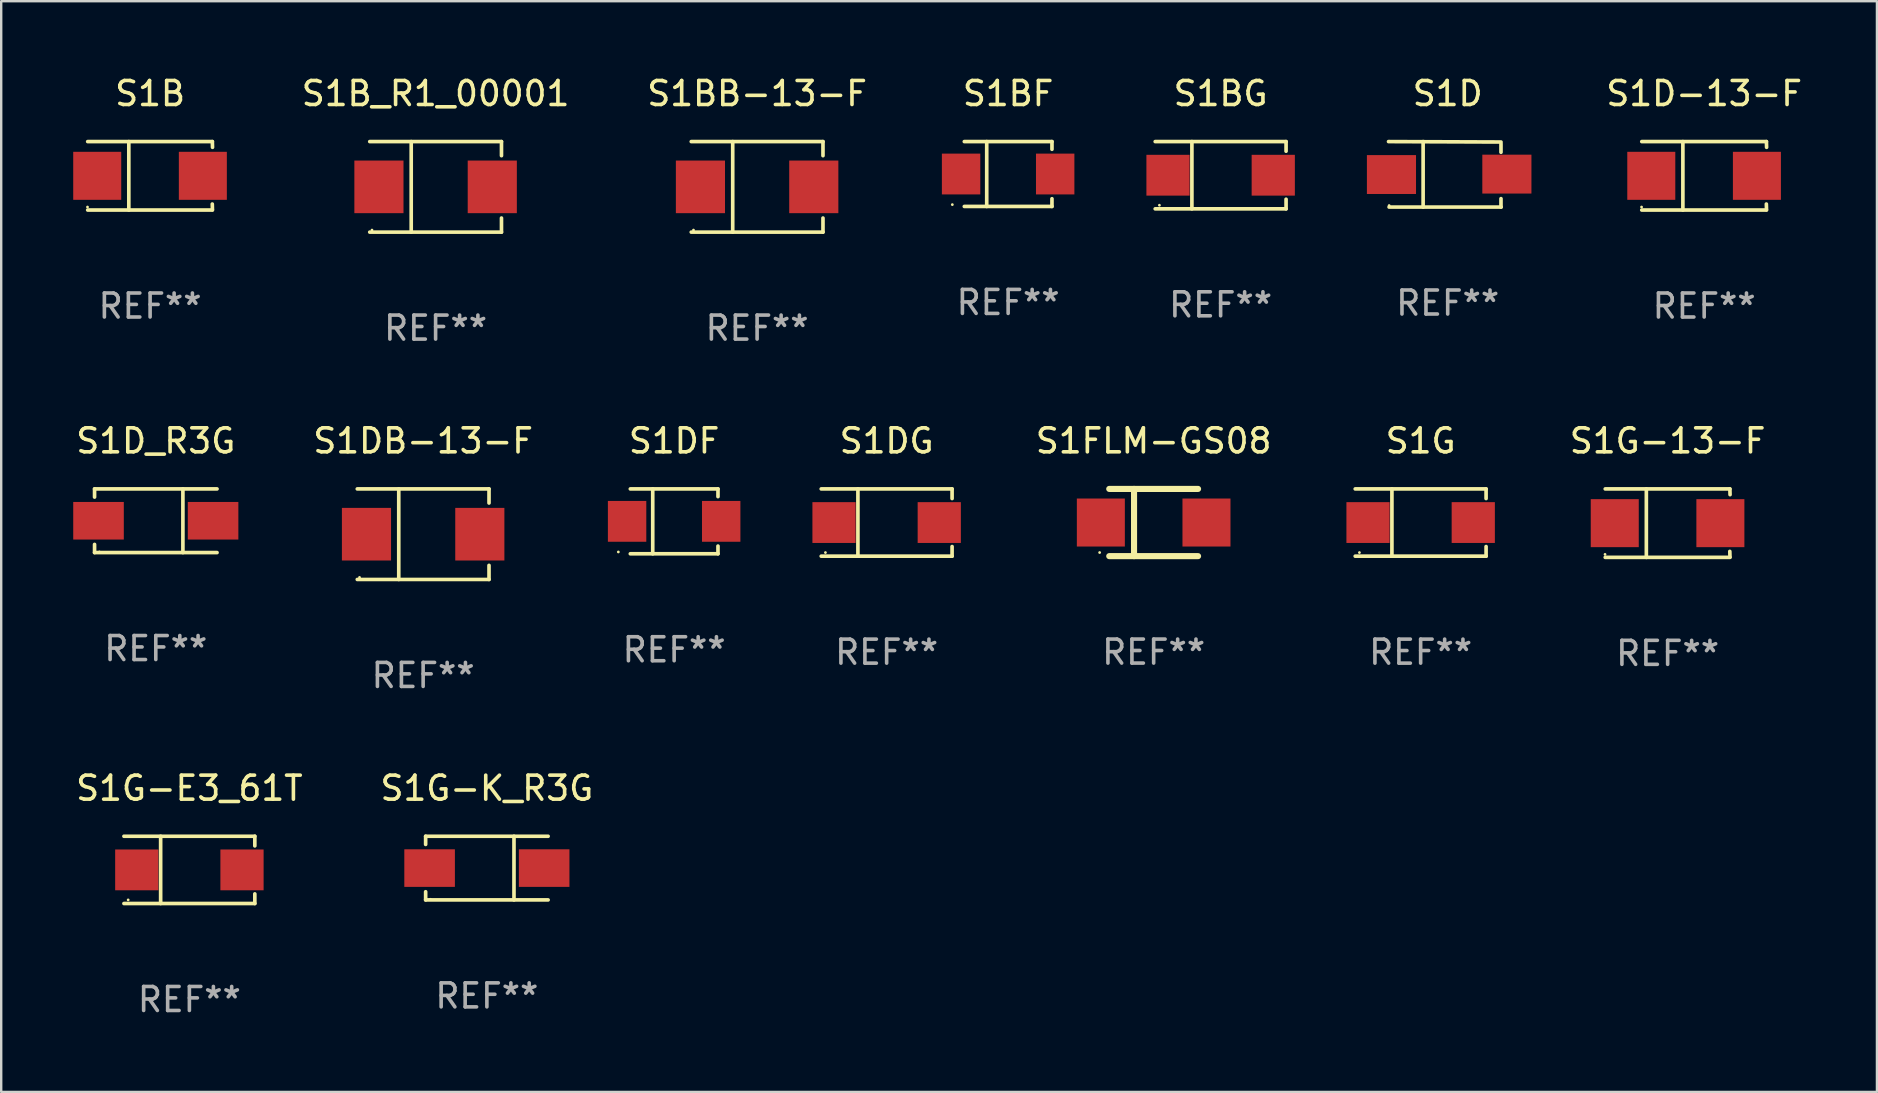
<source format=kicad_pcb>
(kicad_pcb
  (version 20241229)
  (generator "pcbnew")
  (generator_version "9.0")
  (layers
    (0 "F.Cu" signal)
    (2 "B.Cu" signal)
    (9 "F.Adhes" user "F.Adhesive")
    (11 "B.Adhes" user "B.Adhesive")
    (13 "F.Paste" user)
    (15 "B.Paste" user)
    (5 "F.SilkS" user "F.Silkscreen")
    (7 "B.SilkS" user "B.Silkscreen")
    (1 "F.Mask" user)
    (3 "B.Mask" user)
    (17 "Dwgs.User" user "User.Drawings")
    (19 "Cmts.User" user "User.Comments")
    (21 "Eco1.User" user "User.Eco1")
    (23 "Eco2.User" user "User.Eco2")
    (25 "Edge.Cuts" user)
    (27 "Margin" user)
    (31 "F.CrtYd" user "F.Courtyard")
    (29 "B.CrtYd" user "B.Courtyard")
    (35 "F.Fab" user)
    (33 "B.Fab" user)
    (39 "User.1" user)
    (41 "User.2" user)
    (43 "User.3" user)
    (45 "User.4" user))
  (footprint "S1D"
    (layer "F.Cu")
    (at 57.257 4.212)
    (property "Reference" "S1D" (at 0 -3.364 0) (layer "F.SilkS") (effects (font (size 1 1) (thickness 0.15))))
    (attr through_hole)
    (fp_line (start -2.465 -1.364) (end 2.22 -1.346) (stroke (width 0.152) (type solid)) (layer "F.SilkS"))
    (fp_line (start -2.442 1.364) (end 2.226 1.364) (stroke (width 0.152) (type solid)) (layer "F.SilkS"))
    (fp_line (start -1.024 -1.364) (end -1.024 1.364) (stroke (width 0.152) (type solid)) (layer "F.SilkS"))
    (fp_line (start 2.22 -1.27) (end 2.22 -0.919) (stroke (width 0.152) (type solid)) (layer "F.SilkS"))
    (fp_line (start 2.22 1.364) (end 2.22 1.013) (stroke (width 0.152) (type solid)) (layer "F.SilkS"))
    (fp_circle (center -2.439 1.3) (end -2.409 1.3) (stroke (width 0.06) (type solid)) (fill no) (layer "F.SilkS"))
    (fp_text user "REF**" (at 0 5.364 0) (layer "F.Fab") (effects (font (size 1 1) (thickness 0.15))))
    (pad "1" smd rect (at -2.343 0.009) (size 2.046 1.62) (layers "F.Cu" "F.Mask" "F.Paste"))
    (pad "2" smd rect (at 2.465 -0.009 180) (size 2.046 1.62) (layers "F.Cu" "F.Mask" "F.Paste")))
  (footprint "S1DF"
    (layer "F.Cu")
    (at 25.033 18.668)
    (property "Reference" "S1DF" (at 0 -3.351 0) (layer "F.SilkS") (effects (font (size 1 1) (thickness 0.15))))
    (attr through_hole)
    (fp_line (start -1.826 -1.351) (end 1.826 -1.351) (stroke (width 0.152) (type solid)) (layer "F.SilkS"))
    (fp_line (start -1.826 1.351) (end 1.826 1.351) (stroke (width 0.152) (type solid)) (layer "F.SilkS"))
    (fp_line (start -0.892 -1.351) (end -0.892 1.351) (stroke (width 0.152) (type solid)) (layer "F.SilkS"))
    (fp_line (start 1.826 -1.351) (end 1.826 -1.03) (stroke (width 0.152) (type solid)) (layer "F.SilkS"))
    (fp_line (start 1.826 1.03) (end 1.826 1.351) (stroke (width 0.152) (type solid)) (layer "F.SilkS"))
    (fp_circle (center -2.325 1.275) (end -2.295 1.275) (stroke (width 0.06) (type solid)) (fill no) (layer "F.SilkS"))
    (fp_text user "REF**" (at 0 5.351 0) (layer "F.Fab") (effects (font (size 1 1) (thickness 0.15))))
    (pad "1" smd rect (at -1.96 0 180) (size 1.6 1.7) (layers "F.Cu" "F.Mask" "F.Paste"))
    (pad "2" smd rect (at 1.96 0 180) (size 1.6 1.7) (layers "F.Cu" "F.Mask" "F.Paste")))
  (footprint "S1BF"
    (layer "F.Cu")
    (at 38.946 4.199)
    (property "Reference" "S1BF" (at 0 -3.351 0) (layer "F.SilkS") (effects (font (size 1 1) (thickness 0.15))))
    (attr through_hole)
    (fp_line (start -1.826 -1.351) (end 1.826 -1.351) (stroke (width 0.152) (type solid)) (layer "F.SilkS"))
    (fp_line (start -1.826 1.351) (end 1.826 1.351) (stroke (width 0.152) (type solid)) (layer "F.SilkS"))
    (fp_line (start -0.892 -1.351) (end -0.892 1.351) (stroke (width 0.152) (type solid)) (layer "F.SilkS"))
    (fp_line (start 1.826 -1.351) (end 1.826 -1.03) (stroke (width 0.152) (type solid)) (layer "F.SilkS"))
    (fp_line (start 1.826 1.03) (end 1.826 1.351) (stroke (width 0.152) (type solid)) (layer "F.SilkS"))
    (fp_circle (center -2.325 1.275) (end -2.295 1.275) (stroke (width 0.06) (type solid)) (fill no) (layer "F.SilkS"))
    (fp_text user "REF**" (at 0 5.351 0) (layer "F.Fab") (effects (font (size 1 1) (thickness 0.15))))
    (pad "1" smd rect (at -1.96 0 180) (size 1.6 1.7) (layers "F.Cu" "F.Mask" "F.Paste"))
    (pad "2" smd rect (at 1.96 0 180) (size 1.6 1.7) (layers "F.Cu" "F.Mask" "F.Paste")))
  (footprint "S1B"
    (layer "F.Cu")
    (at 3.203 4.274)
    (property "Reference" "S1B" (at 0 -3.426 0) (layer "F.SilkS") (effects (font (size 1 1) (thickness 0.15))))
    (attr through_hole)
    (fp_line (start -2.6 -1.426) (end 2.593 -1.426) (stroke (width 0.152) (type solid)) (layer "F.SilkS"))
    (fp_line (start -2.6 1.426) (end 2.593 1.426) (stroke (width 0.152) (type solid)) (layer "F.SilkS"))
    (fp_line (start -0.887 -1.426) (end -0.887 1.426) (stroke (width 0.152) (type solid)) (layer "F.SilkS"))
    (fp_line (start 2.59 1.176) (end 2.597 1.415) (stroke (width 0.152) (type solid)) (layer "F.SilkS"))
    (fp_line (start 2.593 -1.426) (end 2.6 -1.187) (stroke (width 0.152) (type solid)) (layer "F.SilkS"))
    (fp_circle (center -2.608 1.3) (end -2.578 1.3) (stroke (width 0.06) (type solid)) (fill no) (layer "F.SilkS"))
    (fp_text user "REF**" (at 0 5.426 0) (layer "F.Fab") (effects (font (size 1 1) (thickness 0.15))))
    (pad "1" smd rect (at -2.203 0 180) (size 2 2) (layers "F.Cu" "F.Mask" "F.Paste"))
    (pad "2" smd rect (at 2.197 0 180) (size 2 2) (layers "F.Cu" "F.Mask" "F.Paste")))
  (footprint "S1G"
    (layer "F.Cu")
    (at 56.13 18.718)
    (property "Reference" "S1G" (at 0 -3.401 0) (layer "F.SilkS") (effects (font (size 1 1) (thickness 0.15))))
    (attr through_hole)
    (fp_line (start -2.726 -1.401) (end 2.726 -1.401) (stroke (width 0.152) (type solid)) (layer "F.SilkS"))
    (fp_line (start -2.726 1.401) (end 2.726 1.401) (stroke (width 0.152) (type solid)) (layer "F.SilkS"))
    (fp_line (start -1.197 -1.401) (end -1.197 1.401) (stroke (width 0.152) (type solid)) (layer "F.SilkS"))
    (fp_line (start 2.726 -1.401) (end 2.726 -1) (stroke (width 0.152) (type solid)) (layer "F.SilkS"))
    (fp_line (start 2.726 1.401) (end 2.726 1) (stroke (width 0.152) (type solid)) (layer "F.SilkS"))
    (fp_circle (center -2.55 1.25) (end -2.52 1.25) (stroke (width 0.06) (type solid)) (fill no) (layer "F.SilkS"))
    (fp_text user "REF**" (at 0 5.401 0) (layer "F.Fab") (effects (font (size 1 1) (thickness 0.15))))
    (pad "1" smd rect (at -2.192 0) (size 1.8 1.7) (layers "F.Cu" "F.Mask" "F.Paste"))
    (pad "2" smd rect (at 2.192 0) (size 1.8 1.7) (layers "F.Cu" "F.Mask" "F.Paste")))
  (footprint "S1G-E3_61T"
    (layer "F.Cu")
    (at 4.839 33.187)
    (property "Reference" "S1G-E3_61T" (at 0 -3.401 0) (layer "F.SilkS") (effects (font (size 1 1) (thickness 0.15))))
    (attr through_hole)
    (fp_line (start -2.726 -1.401) (end 2.726 -1.401) (stroke (width 0.152) (type solid)) (layer "F.SilkS"))
    (fp_line (start -2.726 1.401) (end 2.726 1.401) (stroke (width 0.152) (type solid)) (layer "F.SilkS"))
    (fp_line (start -1.197 -1.401) (end -1.197 1.401) (stroke (width 0.152) (type solid)) (layer "F.SilkS"))
    (fp_line (start 2.726 -1.401) (end 2.726 -1) (stroke (width 0.152) (type solid)) (layer "F.SilkS"))
    (fp_line (start 2.726 1.401) (end 2.726 1) (stroke (width 0.152) (type solid)) (layer "F.SilkS"))
    (fp_circle (center -2.55 1.25) (end -2.52 1.25) (stroke (width 0.06) (type solid)) (fill no) (layer "F.SilkS"))
    (fp_text user "REF**" (at 0 5.401 0) (layer "F.Fab") (effects (font (size 1 1) (thickness 0.15))))
    (pad "1" smd rect (at -2.192 0) (size 1.8 1.7) (layers "F.Cu" "F.Mask" "F.Paste"))
    (pad "2" smd rect (at 2.192 0) (size 1.8 1.7) (layers "F.Cu" "F.Mask" "F.Paste")))
  (footprint "S1FLM-GS08"
    (layer "F.Cu")
    (at 45.008 18.717)
    (property "Reference" "S1FLM-GS08" (at 0 -3.4 0) (layer "F.SilkS") (effects (font (size 1 1) (thickness 0.15))))
    (attr through_hole)
    (fp_line (start -1.85 -1.4) (end 1.85 -1.4) (stroke (width 0.254) (type solid)) (layer "F.SilkS"))
    (fp_line (start -1.85 1.4) (end 1.85 1.4) (stroke (width 0.254) (type solid)) (layer "F.SilkS"))
    (fp_line (start -0.817 -1.4) (end -0.817 1.4) (stroke (width 0.254) (type solid)) (layer "F.SilkS"))
    (fp_circle (center -2.25 1.25) (end -2.22 1.25) (stroke (width 0.06) (type solid)) (fill no) (layer "F.SilkS"))
    (fp_text user "REF**" (at 0 5.4 0) (layer "F.Fab") (effects (font (size 1 1) (thickness 0.15))))
    (pad "1" smd rect (at -2.2 -0.000013) (size 2 2) (layers "F.Cu" "F.Mask" "F.Paste"))
    (pad "2" smd rect (at 2.2 -0.000013) (size 2 2) (layers "F.Cu" "F.Mask" "F.Paste")))
  (footprint "S1BG"
    (layer "F.Cu")
    (at 47.798 4.249)
    (property "Reference" "S1BG" (at 0 -3.401 0) (layer "F.SilkS") (effects (font (size 1 1) (thickness 0.15))))
    (attr through_hole)
    (fp_line (start -2.726 -1.401) (end 2.726 -1.401) (stroke (width 0.152) (type solid)) (layer "F.SilkS"))
    (fp_line (start -2.726 1.401) (end 2.726 1.401) (stroke (width 0.152) (type solid)) (layer "F.SilkS"))
    (fp_line (start -1.197 -1.401) (end -1.197 1.401) (stroke (width 0.152) (type solid)) (layer "F.SilkS"))
    (fp_line (start 2.726 -1.401) (end 2.726 -1) (stroke (width 0.152) (type solid)) (layer "F.SilkS"))
    (fp_line (start 2.726 1.401) (end 2.726 1) (stroke (width 0.152) (type solid)) (layer "F.SilkS"))
    (fp_circle (center -2.55 1.25) (end -2.52 1.25) (stroke (width 0.06) (type solid)) (fill no) (layer "F.SilkS"))
    (fp_text user "REF**" (at 0 5.401 0) (layer "F.Fab") (effects (font (size 1 1) (thickness 0.15))))
    (pad "1" smd rect (at -2.192 0) (size 1.8 1.7) (layers "F.Cu" "F.Mask" "F.Paste"))
    (pad "2" smd rect (at 2.192 0) (size 1.8 1.7) (layers "F.Cu" "F.Mask" "F.Paste")))
  (footprint "S1DG"
    (layer "F.Cu")
    (at 33.885 18.718)
    (property "Reference" "S1DG" (at 0 -3.401 0) (layer "F.SilkS") (effects (font (size 1 1) (thickness 0.15))))
    (attr through_hole)
    (fp_line (start -2.726 -1.401) (end 2.726 -1.401) (stroke (width 0.152) (type solid)) (layer "F.SilkS"))
    (fp_line (start -2.726 1.401) (end 2.726 1.401) (stroke (width 0.152) (type solid)) (layer "F.SilkS"))
    (fp_line (start -1.197 -1.401) (end -1.197 1.401) (stroke (width 0.152) (type solid)) (layer "F.SilkS"))
    (fp_line (start 2.726 -1.401) (end 2.726 -1) (stroke (width 0.152) (type solid)) (layer "F.SilkS"))
    (fp_line (start 2.726 1.401) (end 2.726 1) (stroke (width 0.152) (type solid)) (layer "F.SilkS"))
    (fp_circle (center -2.55 1.25) (end -2.52 1.25) (stroke (width 0.06) (type solid)) (fill no) (layer "F.SilkS"))
    (fp_text user "REF**" (at 0 5.401 0) (layer "F.Fab") (effects (font (size 1 1) (thickness 0.15))))
    (pad "1" smd rect (at -2.192 0) (size 1.8 1.7) (layers "F.Cu" "F.Mask" "F.Paste"))
    (pad "2" smd rect (at 2.192 0) (size 1.8 1.7) (layers "F.Cu" "F.Mask" "F.Paste")))
  (footprint "S1D_R3G"
    (layer "F.Cu")
    (at 3.44 18.643)
    (property "Reference" "S1D_R3G" (at 0 -3.326 0) (layer "F.SilkS") (effects (font (size 1 1) (thickness 0.15))))
    (attr through_hole)
    (fp_line (start -2.551 -1.326) (end -2.551 -0.986) (stroke (width 0.152) (type solid)) (layer "F.SilkS"))
    (fp_line (start -2.551 1.326) (end -2.551 0.986) (stroke (width 0.152) (type solid)) (layer "F.SilkS"))
    (fp_line (start 1.129 1.326) (end 1.129 -1.326) (stroke (width 0.152) (type solid)) (layer "F.SilkS"))
    (fp_line (start 2.551 -1.326) (end -2.551 -1.326) (stroke (width 0.152) (type solid)) (layer "F.SilkS"))
    (fp_line (start 2.551 1.326) (end -2.551 1.326) (stroke (width 0.152) (type solid)) (layer "F.SilkS"))
    (fp_circle (center -2.35 1.3) (end -2.32 1.3) (stroke (width 0.06) (type solid)) (fill no) (layer "F.SilkS"))
    (fp_text user "REF**" (at 0 5.326 0) (layer "F.Fab") (effects (font (size 1 1) (thickness 0.15))))
    (pad "1" smd rect (at -2.386 0) (size 2.107 1.566) (layers "F.Cu" "F.Mask" "F.Paste"))
    (pad "2" smd rect (at 2.386 0) (size 2.107 1.566) (layers "F.Cu" "F.Mask" "F.Paste")))
  (footprint "S1D-13-F"
    (layer "F.Cu")
    (at 67.941 4.274)
    (property "Reference" "S1D-13-F" (at 0 -3.426 0) (layer "F.SilkS") (effects (font (size 1 1) (thickness 0.15))))
    (attr through_hole)
    (fp_line (start -2.6 -1.426) (end 2.593 -1.426) (stroke (width 0.152) (type solid)) (layer "F.SilkS"))
    (fp_line (start -2.6 1.426) (end 2.593 1.426) (stroke (width 0.152) (type solid)) (layer "F.SilkS"))
    (fp_line (start -0.887 -1.426) (end -0.887 1.426) (stroke (width 0.152) (type solid)) (layer "F.SilkS"))
    (fp_line (start 2.59 1.176) (end 2.597 1.415) (stroke (width 0.152) (type solid)) (layer "F.SilkS"))
    (fp_line (start 2.593 -1.426) (end 2.6 -1.187) (stroke (width 0.152) (type solid)) (layer "F.SilkS"))
    (fp_circle (center -2.608 1.3) (end -2.578 1.3) (stroke (width 0.06) (type solid)) (fill no) (layer "F.SilkS"))
    (fp_text user "REF**" (at 0 5.426 0) (layer "F.Fab") (effects (font (size 1 1) (thickness 0.15))))
    (pad "1" smd rect (at -2.203 0 180) (size 2 2) (layers "F.Cu" "F.Mask" "F.Paste"))
    (pad "2" smd rect (at 2.197 0 180) (size 2 2) (layers "F.Cu" "F.Mask" "F.Paste")))
  (footprint "S1DB-13-F"
    (layer "F.Cu")
    (at 14.577 19.203)
    (property "Reference" "S1DB-13-F" (at 0 -3.886 0) (layer "F.SilkS") (effects (font (size 1 1) (thickness 0.15))))
    (attr through_hole)
    (fp_line (start -2.744 -1.886) (end 2.744 -1.886) (stroke (width 0.152) (type solid)) (layer "F.SilkS"))
    (fp_line (start -2.744 1.886) (end 2.744 1.886) (stroke (width 0.152) (type solid)) (layer "F.SilkS"))
    (fp_line (start -1.016 -1.886) (end -1.016 1.886) (stroke (width 0.152) (type solid)) (layer "F.SilkS"))
    (fp_line (start 2.744 -1.886) (end 2.744 -1.299) (stroke (width 0.152) (type solid)) (layer "F.SilkS"))
    (fp_line (start 2.744 1.886) (end 2.744 1.299) (stroke (width 0.152) (type solid)) (layer "F.SilkS"))
    (fp_circle (center -2.65 1.8) (end -2.62 1.8) (stroke (width 0.06) (type solid)) (fill no) (layer "F.SilkS"))
    (fp_text user "REF**" (at 0 5.886 0) (layer "F.Fab") (effects (font (size 1 1) (thickness 0.15))))
    (pad "1" smd rect (at -2.361 0) (size 2.047 2.192) (layers "F.Cu" "F.Mask" "F.Paste"))
    (pad "2" smd rect (at 2.361 0) (size 2.047 2.192) (layers "F.Cu" "F.Mask" "F.Paste")))
  (footprint "S1G-K_R3G"
    (layer "F.Cu")
    (at 17.232 33.112)
    (property "Reference" "S1G-K_R3G" (at 0 -3.326 0) (layer "F.SilkS") (effects (font (size 1 1) (thickness 0.15))))
    (attr through_hole)
    (fp_line (start -2.551 -1.326) (end -2.551 -0.986) (stroke (width 0.152) (type solid)) (layer "F.SilkS"))
    (fp_line (start -2.551 1.326) (end -2.551 0.986) (stroke (width 0.152) (type solid)) (layer "F.SilkS"))
    (fp_line (start 1.129 1.326) (end 1.129 -1.326) (stroke (width 0.152) (type solid)) (layer "F.SilkS"))
    (fp_line (start 2.551 -1.326) (end -2.551 -1.326) (stroke (width 0.152) (type solid)) (layer "F.SilkS"))
    (fp_line (start 2.551 1.326) (end -2.551 1.326) (stroke (width 0.152) (type solid)) (layer "F.SilkS"))
    (fp_circle (center -2.35 1.3) (end -2.32 1.3) (stroke (width 0.06) (type solid)) (fill no) (layer "F.SilkS"))
    (fp_text user "REF**" (at 0 5.326 0) (layer "F.Fab") (effects (font (size 1 1) (thickness 0.15))))
    (pad "1" smd rect (at -2.386 0) (size 2.107 1.566) (layers "F.Cu" "F.Mask" "F.Paste"))
    (pad "2" smd rect (at 2.386 0) (size 2.107 1.566) (layers "F.Cu" "F.Mask" "F.Paste")))
  (footprint "S1BB-13-F"
    (layer "F.Cu")
    (at 28.489 4.734)
    (property "Reference" "S1BB-13-F" (at 0 -3.886 0) (layer "F.SilkS") (effects (font (size 1 1) (thickness 0.15))))
    (attr through_hole)
    (fp_line (start -2.744 -1.886) (end 2.744 -1.886) (stroke (width 0.152) (type solid)) (layer "F.SilkS"))
    (fp_line (start -2.744 1.886) (end 2.744 1.886) (stroke (width 0.152) (type solid)) (layer "F.SilkS"))
    (fp_line (start -1.016 -1.886) (end -1.016 1.886) (stroke (width 0.152) (type solid)) (layer "F.SilkS"))
    (fp_line (start 2.744 -1.886) (end 2.744 -1.299) (stroke (width 0.152) (type solid)) (layer "F.SilkS"))
    (fp_line (start 2.744 1.886) (end 2.744 1.299) (stroke (width 0.152) (type solid)) (layer "F.SilkS"))
    (fp_circle (center -2.65 1.8) (end -2.62 1.8) (stroke (width 0.06) (type solid)) (fill no) (layer "F.SilkS"))
    (fp_text user "REF**" (at 0 5.886 0) (layer "F.Fab") (effects (font (size 1 1) (thickness 0.15))))
    (pad "1" smd rect (at -2.361 0) (size 2.047 2.192) (layers "F.Cu" "F.Mask" "F.Paste"))
    (pad "2" smd rect (at 2.361 0) (size 2.047 2.192) (layers "F.Cu" "F.Mask" "F.Paste")))
  (footprint "S1G-13-F"
    (layer "F.Cu")
    (at 66.419 18.743)
    (property "Reference" "S1G-13-F" (at 0 -3.426 0) (layer "F.SilkS") (effects (font (size 1 1) (thickness 0.15))))
    (attr through_hole)
    (fp_line (start -2.6 -1.426) (end 2.593 -1.426) (stroke (width 0.152) (type solid)) (layer "F.SilkS"))
    (fp_line (start -2.6 1.426) (end 2.593 1.426) (stroke (width 0.152) (type solid)) (layer "F.SilkS"))
    (fp_line (start -0.887 -1.426) (end -0.887 1.426) (stroke (width 0.152) (type solid)) (layer "F.SilkS"))
    (fp_line (start 2.59 1.176) (end 2.597 1.415) (stroke (width 0.152) (type solid)) (layer "F.SilkS"))
    (fp_line (start 2.593 -1.426) (end 2.6 -1.187) (stroke (width 0.152) (type solid)) (layer "F.SilkS"))
    (fp_circle (center -2.608 1.3) (end -2.578 1.3) (stroke (width 0.06) (type solid)) (fill no) (layer "F.SilkS"))
    (fp_text user "REF**" (at 0 5.426 0) (layer "F.Fab") (effects (font (size 1 1) (thickness 0.15))))
    (pad "1" smd rect (at -2.203 0 180) (size 2 2) (layers "F.Cu" "F.Mask" "F.Paste"))
    (pad "2" smd rect (at 2.197 0 180) (size 2 2) (layers "F.Cu" "F.Mask" "F.Paste")))
  (footprint "S1B_R1_00001"
    (layer "F.Cu")
    (at 15.096 4.734)
    (property "Reference" "S1B_R1_00001" (at 0 -3.886 0) (layer "F.SilkS") (effects (font (size 1 1) (thickness 0.15))))
    (attr through_hole)
    (fp_line (start -2.744 -1.886) (end 2.744 -1.886) (stroke (width 0.152) (type solid)) (layer "F.SilkS"))
    (fp_line (start -2.744 1.886) (end 2.744 1.886) (stroke (width 0.152) (type solid)) (layer "F.SilkS"))
    (fp_line (start -1.016 -1.886) (end -1.016 1.886) (stroke (width 0.152) (type solid)) (layer "F.SilkS"))
    (fp_line (start 2.744 -1.886) (end 2.744 -1.299) (stroke (width 0.152) (type solid)) (layer "F.SilkS"))
    (fp_line (start 2.744 1.886) (end 2.744 1.299) (stroke (width 0.152) (type solid)) (layer "F.SilkS"))
    (fp_circle (center -2.65 1.8) (end -2.62 1.8) (stroke (width 0.06) (type solid)) (fill no) (layer "F.SilkS"))
    (fp_text user "REF**" (at 0 5.886 0) (layer "F.Fab") (effects (font (size 1 1) (thickness 0.15))))
    (pad "1" smd rect (at -2.361 0) (size 2.047 2.192) (layers "F.Cu" "F.Mask" "F.Paste"))
    (pad "2" smd rect (at 2.361 0) (size 2.047 2.192) (layers "F.Cu" "F.Mask" "F.Paste")))
  (gr_rect
    (start -3 -3)
    (end 75.138 42.437)
    (stroke (width 0.1) (type default))
    (fill no)
    (layer "Edge.Cuts")))
</source>
